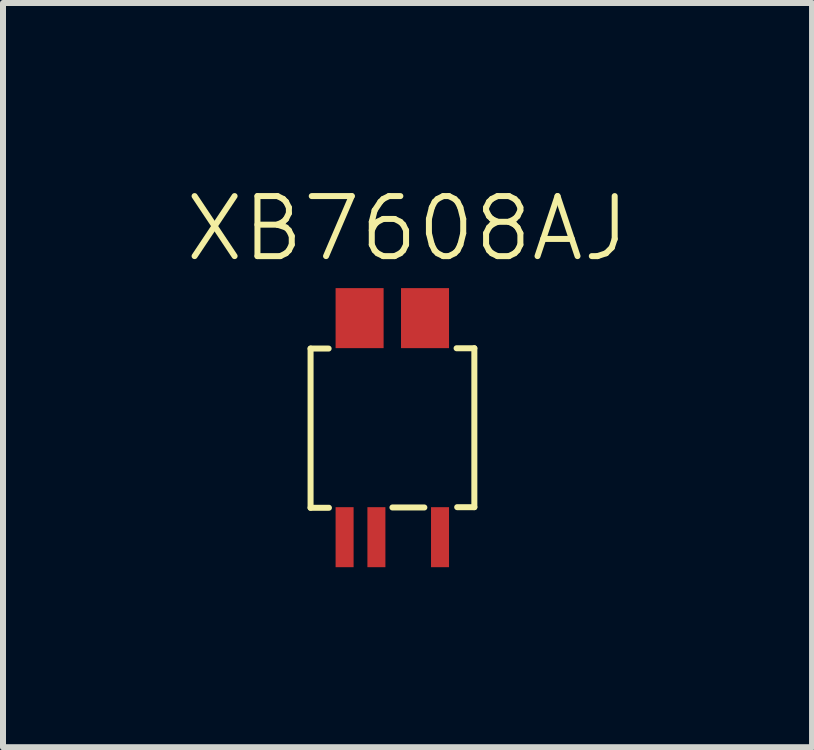
<source format=kicad_pcb>
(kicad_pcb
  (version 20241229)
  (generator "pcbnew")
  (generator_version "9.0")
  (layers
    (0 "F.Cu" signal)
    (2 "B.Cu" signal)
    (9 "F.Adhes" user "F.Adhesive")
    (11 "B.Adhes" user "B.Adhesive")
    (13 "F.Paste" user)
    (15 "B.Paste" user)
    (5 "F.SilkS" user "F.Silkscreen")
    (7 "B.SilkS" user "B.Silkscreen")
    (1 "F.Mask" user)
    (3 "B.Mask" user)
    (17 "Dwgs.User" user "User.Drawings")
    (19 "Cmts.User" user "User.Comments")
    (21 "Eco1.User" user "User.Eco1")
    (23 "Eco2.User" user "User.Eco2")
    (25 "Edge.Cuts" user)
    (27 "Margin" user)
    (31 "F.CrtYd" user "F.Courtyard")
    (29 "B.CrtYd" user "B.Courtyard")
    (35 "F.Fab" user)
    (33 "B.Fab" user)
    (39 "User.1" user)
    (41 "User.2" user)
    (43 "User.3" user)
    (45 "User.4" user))
  (footprint "XB7608AJ"
    (layer "F.Cu")
    (at 2.692 5.901)
    (property "Reference" "XB7608AJ" (at 1.048 -5.141 0) (unlocked yes) (layer "F.SilkS") (effects (font (size 1 1) (thickness 0.1))))
    (attr smd)
    (fp_line (start -0.567 -3.143) (end -0.266 -3.143) (stroke (width 0.1) (type default)) (layer "F.SilkS"))
    (fp_line (start -0.567 -0.49) (end -0.567 -3.143) (stroke (width 0.1) (type default)) (layer "F.SilkS"))
    (fp_line (start -0.261 -0.49) (end -0.567 -0.49) (stroke (width 0.1) (type default)) (layer "F.SilkS"))
    (fp_line (start 1.329 -0.495) (end 0.797 -0.495) (stroke (width 0.1) (type default)) (layer "F.SilkS"))
    (fp_line (start 1.866 -3.148) (end 2.162 -3.148) (stroke (width 0.1) (type default)) (layer "F.SilkS"))
    (fp_line (start 2.162 -3.148) (end 2.162 -0.5) (stroke (width 0.1) (type default)) (layer "F.SilkS"))
    (fp_line (start 2.162 -0.5) (end 1.876 -0.5) (stroke (width 0.1) (type default)) (layer "F.SilkS"))
    (pad "1" smd rect (at 0 0) (size 0.3 1) (layers "F.Cu" "F.Mask" "F.Paste"))
    (pad "2" smd rect (at 0.53 0) (size 0.3 1) (layers "F.Cu" "F.Mask" "F.Paste"))
    (pad "3" smd rect (at 1.59 0) (size 0.3 1) (layers "F.Cu" "F.Mask" "F.Paste" "Eco2.User"))
    (pad "4" smd rect (at 1.34 -3.65) (size 0.8 1) (layers "F.Cu" "F.Mask" "F.Paste"))
    (pad "5" smd rect (at 0.25 -3.65) (size 0.8 1) (layers "F.Cu" "F.Mask" "F.Paste")))
  (gr_rect
    (start -3 -3)
    (end 10.481 9.401)
    (stroke (width 0.1) (type default))
    (fill no)
    (layer "Edge.Cuts")))
</source>
